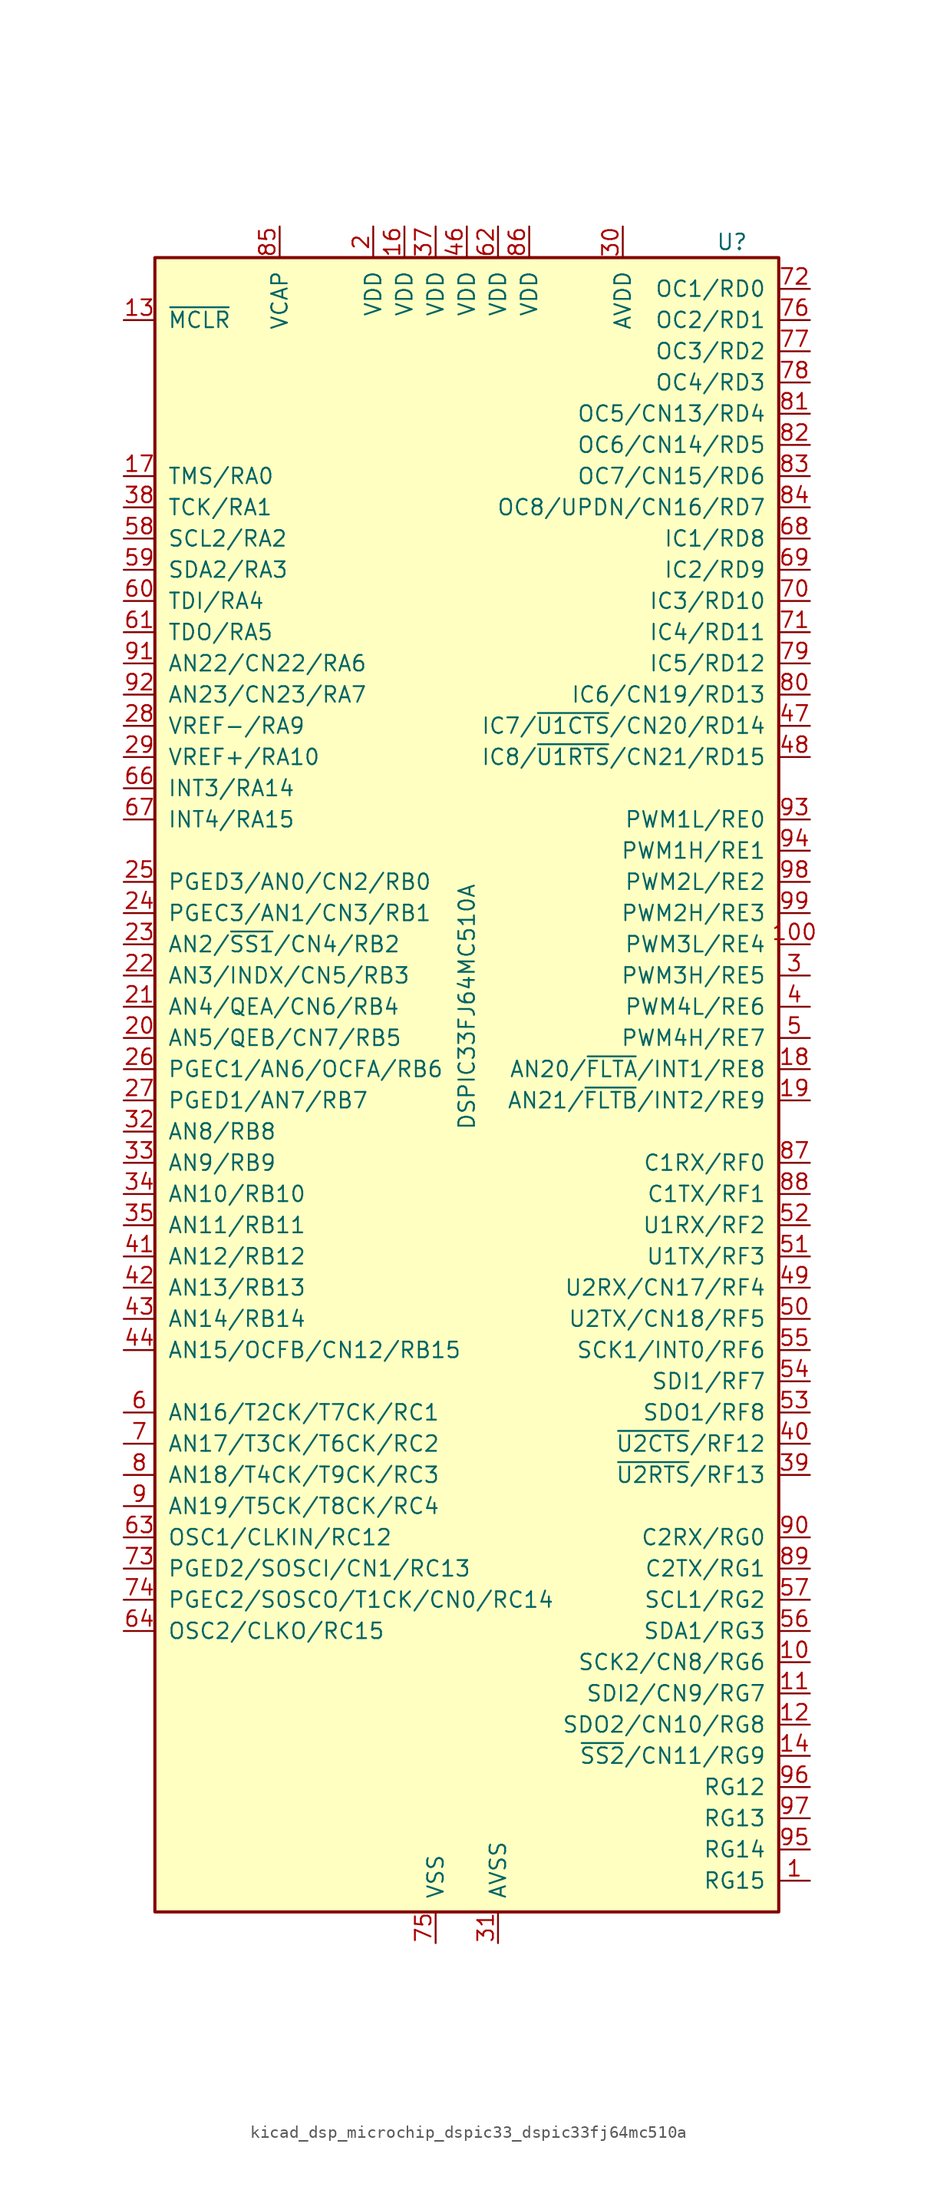
<source format=kicad_sym>
(kicad_symbol_lib
  (version 20220914)
  (generator kicad_symbol_editor)
  (symbol "kicad_dsp_microchip_dspic33_dspic33fj64mc510a"
    (pin_names
      (offset 1.016))
    (property "Reference" "U"
      (at 21.59 69.85 0)
      (effects (font (size 1.27 1.27))))
    (property "Value" "DSPIC33FJ64MC510A"
      (at 0 7.62 90)
      (effects (font (size 1.27 1.27))))
    (symbol "kicad_dsp_microchip_dspic33_dspic33fj64mc510a_0_1"
      (rectangle (start -25.4 68.58) (end 25.4 -66.04) (stroke (width 0.254) (type default)) (fill (type background))))
    (symbol "kicad_dsp_microchip_dspic33_dspic33fj64mc510a_1_1"
      (pin bidirectional line (at 27.94 -63.5 180) (length 2.54) (name "RG15" (effects (font (size 1.27 1.27)))) (number "1" (effects (font (size 1.27 1.27)))))
      (pin bidirectional line (at 27.94 -45.72 180) (length 2.54) (name "SCK2/CN8/RG6" (effects (font (size 1.27 1.27)))) (number "10" (effects (font (size 1.27 1.27)))))
      (pin bidirectional line (at 27.94 12.7 180) (length 2.54) (name "PWM3L/RE4" (effects (font (size 1.27 1.27)))) (number "100" (effects (font (size 1.27 1.27)))))
      (pin bidirectional line (at 27.94 -48.26 180) (length 2.54) (name "SDI2/CN9/RG7" (effects (font (size 1.27 1.27)))) (number "11" (effects (font (size 1.27 1.27)))))
      (pin bidirectional line (at 27.94 -50.8 180) (length 2.54) (name "SDO2/CN10/RG8" (effects (font (size 1.27 1.27)))) (number "12" (effects (font (size 1.27 1.27)))))
      (pin input line (at -27.94 63.5 0) (length 2.54) (name "~{MCLR}" (effects (font (size 1.27 1.27)))) (number "13" (effects (font (size 1.27 1.27)))))
      (pin bidirectional line (at 27.94 -53.34 180) (length 2.54) (name "~{SS2}/CN11/RG9" (effects (font (size 1.27 1.27)))) (number "14" (effects (font (size 1.27 1.27)))))
      (pin passive line (at -2.54 -68.58 90) (length 2.54) hide (name "VSS" (effects (font (size 1.27 1.27)))) (number "15" (effects (font (size 1.27 1.27)))))
      (pin power_in line (at -5.08 71.12 270) (length 2.54) (name "VDD" (effects (font (size 1.27 1.27)))) (number "16" (effects (font (size 1.27 1.27)))))
      (pin bidirectional line (at -27.94 50.8 0) (length 2.54) (name "TMS/RA0" (effects (font (size 1.27 1.27)))) (number "17" (effects (font (size 1.27 1.27)))))
      (pin bidirectional line (at 27.94 2.54 180) (length 2.54) (name "AN20/~{FLTA}/INT1/RE8" (effects (font (size 1.27 1.27)))) (number "18" (effects (font (size 1.27 1.27)))))
      (pin bidirectional line (at 27.94 0 180) (length 2.54) (name "AN21/~{FLTB}/INT2/RE9" (effects (font (size 1.27 1.27)))) (number "19" (effects (font (size 1.27 1.27)))))
      (pin power_in line (at -7.62 71.12 270) (length 2.54) (name "VDD" (effects (font (size 1.27 1.27)))) (number "2" (effects (font (size 1.27 1.27)))))
      (pin bidirectional line (at -27.94 5.08 0) (length 2.54) (name "AN5/QEB/CN7/RB5" (effects (font (size 1.27 1.27)))) (number "20" (effects (font (size 1.27 1.27)))))
      (pin bidirectional line (at -27.94 7.62 0) (length 2.54) (name "AN4/QEA/CN6/RB4" (effects (font (size 1.27 1.27)))) (number "21" (effects (font (size 1.27 1.27)))))
      (pin bidirectional line (at -27.94 10.16 0) (length 2.54) (name "AN3/INDX/CN5/RB3" (effects (font (size 1.27 1.27)))) (number "22" (effects (font (size 1.27 1.27)))))
      (pin bidirectional line (at -27.94 12.7 0) (length 2.54) (name "AN2/~{SS1}/CN4/RB2" (effects (font (size 1.27 1.27)))) (number "23" (effects (font (size 1.27 1.27)))))
      (pin bidirectional line (at -27.94 15.24 0) (length 2.54) (name "PGEC3/AN1/CN3/RB1" (effects (font (size 1.27 1.27)))) (number "24" (effects (font (size 1.27 1.27)))))
      (pin bidirectional line (at -27.94 17.78 0) (length 2.54) (name "PGED3/AN0/CN2/RB0" (effects (font (size 1.27 1.27)))) (number "25" (effects (font (size 1.27 1.27)))))
      (pin bidirectional line (at -27.94 2.54 0) (length 2.54) (name "PGEC1/AN6/OCFA/RB6" (effects (font (size 1.27 1.27)))) (number "26" (effects (font (size 1.27 1.27)))))
      (pin bidirectional line (at -27.94 0 0) (length 2.54) (name "PGED1/AN7/RB7" (effects (font (size 1.27 1.27)))) (number "27" (effects (font (size 1.27 1.27)))))
      (pin bidirectional line (at -27.94 30.48 0) (length 2.54) (name "VREF-/RA9" (effects (font (size 1.27 1.27)))) (number "28" (effects (font (size 1.27 1.27)))))
      (pin bidirectional line (at -27.94 27.94 0) (length 2.54) (name "VREF+/RA10" (effects (font (size 1.27 1.27)))) (number "29" (effects (font (size 1.27 1.27)))))
      (pin bidirectional line (at 27.94 10.16 180) (length 2.54) (name "PWM3H/RE5" (effects (font (size 1.27 1.27)))) (number "3" (effects (font (size 1.27 1.27)))))
      (pin power_in line (at 12.7 71.12 270) (length 2.54) (name "AVDD" (effects (font (size 1.27 1.27)))) (number "30" (effects (font (size 1.27 1.27)))))
      (pin power_in line (at 2.54 -68.58 90) (length 2.54) (name "AVSS" (effects (font (size 1.27 1.27)))) (number "31" (effects (font (size 1.27 1.27)))))
      (pin bidirectional line (at -27.94 -2.54 0) (length 2.54) (name "AN8/RB8" (effects (font (size 1.27 1.27)))) (number "32" (effects (font (size 1.27 1.27)))))
      (pin bidirectional line (at -27.94 -5.08 0) (length 2.54) (name "AN9/RB9" (effects (font (size 1.27 1.27)))) (number "33" (effects (font (size 1.27 1.27)))))
      (pin bidirectional line (at -27.94 -7.62 0) (length 2.54) (name "AN10/RB10" (effects (font (size 1.27 1.27)))) (number "34" (effects (font (size 1.27 1.27)))))
      (pin bidirectional line (at -27.94 -10.16 0) (length 2.54) (name "AN11/RB11" (effects (font (size 1.27 1.27)))) (number "35" (effects (font (size 1.27 1.27)))))
      (pin passive line (at -2.54 -68.58 90) (length 2.54) hide (name "VSS" (effects (font (size 1.27 1.27)))) (number "36" (effects (font (size 1.27 1.27)))))
      (pin power_in line (at -2.54 71.12 270) (length 2.54) (name "VDD" (effects (font (size 1.27 1.27)))) (number "37" (effects (font (size 1.27 1.27)))))
      (pin bidirectional line (at -27.94 48.26 0) (length 2.54) (name "TCK/RA1" (effects (font (size 1.27 1.27)))) (number "38" (effects (font (size 1.27 1.27)))))
      (pin bidirectional line (at 27.94 -30.48 180) (length 2.54) (name "~{U2RTS}/RF13" (effects (font (size 1.27 1.27)))) (number "39" (effects (font (size 1.27 1.27)))))
      (pin bidirectional line (at 27.94 7.62 180) (length 2.54) (name "PWM4L/RE6" (effects (font (size 1.27 1.27)))) (number "4" (effects (font (size 1.27 1.27)))))
      (pin bidirectional line (at 27.94 -27.94 180) (length 2.54) (name "~{U2CTS}/RF12" (effects (font (size 1.27 1.27)))) (number "40" (effects (font (size 1.27 1.27)))))
      (pin bidirectional line (at -27.94 -12.7 0) (length 2.54) (name "AN12/RB12" (effects (font (size 1.27 1.27)))) (number "41" (effects (font (size 1.27 1.27)))))
      (pin bidirectional line (at -27.94 -15.24 0) (length 2.54) (name "AN13/RB13" (effects (font (size 1.27 1.27)))) (number "42" (effects (font (size 1.27 1.27)))))
      (pin bidirectional line (at -27.94 -17.78 0) (length 2.54) (name "AN14/RB14" (effects (font (size 1.27 1.27)))) (number "43" (effects (font (size 1.27 1.27)))))
      (pin bidirectional line (at -27.94 -20.32 0) (length 2.54) (name "AN15/OCFB/CN12/RB15" (effects (font (size 1.27 1.27)))) (number "44" (effects (font (size 1.27 1.27)))))
      (pin passive line (at -2.54 -68.58 90) (length 2.54) hide (name "VSS" (effects (font (size 1.27 1.27)))) (number "45" (effects (font (size 1.27 1.27)))))
      (pin power_in line (at 0 71.12 270) (length 2.54) (name "VDD" (effects (font (size 1.27 1.27)))) (number "46" (effects (font (size 1.27 1.27)))))
      (pin bidirectional line (at 27.94 30.48 180) (length 2.54) (name "IC7/~{U1CTS}/CN20/RD14" (effects (font (size 1.27 1.27)))) (number "47" (effects (font (size 1.27 1.27)))))
      (pin bidirectional line (at 27.94 27.94 180) (length 2.54) (name "IC8/~{U1RTS}/CN21/RD15" (effects (font (size 1.27 1.27)))) (number "48" (effects (font (size 1.27 1.27)))))
      (pin bidirectional line (at 27.94 -15.24 180) (length 2.54) (name "U2RX/CN17/RF4" (effects (font (size 1.27 1.27)))) (number "49" (effects (font (size 1.27 1.27)))))
      (pin bidirectional line (at 27.94 5.08 180) (length 2.54) (name "PWM4H/RE7" (effects (font (size 1.27 1.27)))) (number "5" (effects (font (size 1.27 1.27)))))
      (pin bidirectional line (at 27.94 -17.78 180) (length 2.54) (name "U2TX/CN18/RF5" (effects (font (size 1.27 1.27)))) (number "50" (effects (font (size 1.27 1.27)))))
      (pin bidirectional line (at 27.94 -12.7 180) (length 2.54) (name "U1TX/RF3" (effects (font (size 1.27 1.27)))) (number "51" (effects (font (size 1.27 1.27)))))
      (pin bidirectional line (at 27.94 -10.16 180) (length 2.54) (name "U1RX/RF2" (effects (font (size 1.27 1.27)))) (number "52" (effects (font (size 1.27 1.27)))))
      (pin bidirectional line (at 27.94 -25.4 180) (length 2.54) (name "SDO1/RF8" (effects (font (size 1.27 1.27)))) (number "53" (effects (font (size 1.27 1.27)))))
      (pin bidirectional line (at 27.94 -22.86 180) (length 2.54) (name "SDI1/RF7" (effects (font (size 1.27 1.27)))) (number "54" (effects (font (size 1.27 1.27)))))
      (pin bidirectional line (at 27.94 -20.32 180) (length 2.54) (name "SCK1/INT0/RF6" (effects (font (size 1.27 1.27)))) (number "55" (effects (font (size 1.27 1.27)))))
      (pin bidirectional line (at 27.94 -43.18 180) (length 2.54) (name "SDA1/RG3" (effects (font (size 1.27 1.27)))) (number "56" (effects (font (size 1.27 1.27)))))
      (pin bidirectional line (at 27.94 -40.64 180) (length 2.54) (name "SCL1/RG2" (effects (font (size 1.27 1.27)))) (number "57" (effects (font (size 1.27 1.27)))))
      (pin bidirectional line (at -27.94 45.72 0) (length 2.54) (name "SCL2/RA2" (effects (font (size 1.27 1.27)))) (number "58" (effects (font (size 1.27 1.27)))))
      (pin bidirectional line (at -27.94 43.18 0) (length 2.54) (name "SDA2/RA3" (effects (font (size 1.27 1.27)))) (number "59" (effects (font (size 1.27 1.27)))))
      (pin bidirectional line (at -27.94 -25.4 0) (length 2.54) (name "AN16/T2CK/T7CK/RC1" (effects (font (size 1.27 1.27)))) (number "6" (effects (font (size 1.27 1.27)))))
      (pin bidirectional line (at -27.94 40.64 0) (length 2.54) (name "TDI/RA4" (effects (font (size 1.27 1.27)))) (number "60" (effects (font (size 1.27 1.27)))))
      (pin bidirectional line (at -27.94 38.1 0) (length 2.54) (name "TDO/RA5" (effects (font (size 1.27 1.27)))) (number "61" (effects (font (size 1.27 1.27)))))
      (pin power_in line (at 2.54 71.12 270) (length 2.54) (name "VDD" (effects (font (size 1.27 1.27)))) (number "62" (effects (font (size 1.27 1.27)))))
      (pin bidirectional line (at -27.94 -35.56 0) (length 2.54) (name "OSC1/CLKIN/RC12" (effects (font (size 1.27 1.27)))) (number "63" (effects (font (size 1.27 1.27)))))
      (pin bidirectional line (at -27.94 -43.18 0) (length 2.54) (name "OSC2/CLKO/RC15" (effects (font (size 1.27 1.27)))) (number "64" (effects (font (size 1.27 1.27)))))
      (pin passive line (at -2.54 -68.58 90) (length 2.54) hide (name "VSS" (effects (font (size 1.27 1.27)))) (number "65" (effects (font (size 1.27 1.27)))))
      (pin bidirectional line (at -27.94 25.4 0) (length 2.54) (name "INT3/RA14" (effects (font (size 1.27 1.27)))) (number "66" (effects (font (size 1.27 1.27)))))
      (pin bidirectional line (at -27.94 22.86 0) (length 2.54) (name "INT4/RA15" (effects (font (size 1.27 1.27)))) (number "67" (effects (font (size 1.27 1.27)))))
      (pin bidirectional line (at 27.94 45.72 180) (length 2.54) (name "IC1/RD8" (effects (font (size 1.27 1.27)))) (number "68" (effects (font (size 1.27 1.27)))))
      (pin bidirectional line (at 27.94 43.18 180) (length 2.54) (name "IC2/RD9" (effects (font (size 1.27 1.27)))) (number "69" (effects (font (size 1.27 1.27)))))
      (pin bidirectional line (at -27.94 -27.94 0) (length 2.54) (name "AN17/T3CK/T6CK/RC2" (effects (font (size 1.27 1.27)))) (number "7" (effects (font (size 1.27 1.27)))))
      (pin bidirectional line (at 27.94 40.64 180) (length 2.54) (name "IC3/RD10" (effects (font (size 1.27 1.27)))) (number "70" (effects (font (size 1.27 1.27)))))
      (pin bidirectional line (at 27.94 38.1 180) (length 2.54) (name "IC4/RD11" (effects (font (size 1.27 1.27)))) (number "71" (effects (font (size 1.27 1.27)))))
      (pin bidirectional line (at 27.94 66.04 180) (length 2.54) (name "OC1/RD0" (effects (font (size 1.27 1.27)))) (number "72" (effects (font (size 1.27 1.27)))))
      (pin bidirectional line (at -27.94 -38.1 0) (length 2.54) (name "PGED2/SOSCI/CN1/RC13" (effects (font (size 1.27 1.27)))) (number "73" (effects (font (size 1.27 1.27)))))
      (pin bidirectional line (at -27.94 -40.64 0) (length 2.54) (name "PGEC2/SOSCO/T1CK/CN0/RC14" (effects (font (size 1.27 1.27)))) (number "74" (effects (font (size 1.27 1.27)))))
      (pin power_in line (at -2.54 -68.58 90) (length 2.54) (name "VSS" (effects (font (size 1.27 1.27)))) (number "75" (effects (font (size 1.27 1.27)))))
      (pin bidirectional line (at 27.94 63.5 180) (length 2.54) (name "OC2/RD1" (effects (font (size 1.27 1.27)))) (number "76" (effects (font (size 1.27 1.27)))))
      (pin bidirectional line (at 27.94 60.96 180) (length 2.54) (name "OC3/RD2" (effects (font (size 1.27 1.27)))) (number "77" (effects (font (size 1.27 1.27)))))
      (pin bidirectional line (at 27.94 58.42 180) (length 2.54) (name "OC4/RD3" (effects (font (size 1.27 1.27)))) (number "78" (effects (font (size 1.27 1.27)))))
      (pin bidirectional line (at 27.94 35.56 180) (length 2.54) (name "IC5/RD12" (effects (font (size 1.27 1.27)))) (number "79" (effects (font (size 1.27 1.27)))))
      (pin bidirectional line (at -27.94 -30.48 0) (length 2.54) (name "AN18/T4CK/T9CK/RC3" (effects (font (size 1.27 1.27)))) (number "8" (effects (font (size 1.27 1.27)))))
      (pin bidirectional line (at 27.94 33.02 180) (length 2.54) (name "IC6/CN19/RD13" (effects (font (size 1.27 1.27)))) (number "80" (effects (font (size 1.27 1.27)))))
      (pin bidirectional line (at 27.94 55.88 180) (length 2.54) (name "OC5/CN13/RD4" (effects (font (size 1.27 1.27)))) (number "81" (effects (font (size 1.27 1.27)))))
      (pin bidirectional line (at 27.94 53.34 180) (length 2.54) (name "OC6/CN14/RD5" (effects (font (size 1.27 1.27)))) (number "82" (effects (font (size 1.27 1.27)))))
      (pin bidirectional line (at 27.94 50.8 180) (length 2.54) (name "OC7/CN15/RD6" (effects (font (size 1.27 1.27)))) (number "83" (effects (font (size 1.27 1.27)))))
      (pin bidirectional line (at 27.94 48.26 180) (length 2.54) (name "OC8/UPDN/CN16/RD7" (effects (font (size 1.27 1.27)))) (number "84" (effects (font (size 1.27 1.27)))))
      (pin passive line (at -15.24 71.12 270) (length 2.54) (name "VCAP" (effects (font (size 1.27 1.27)))) (number "85" (effects (font (size 1.27 1.27)))))
      (pin power_in line (at 5.08 71.12 270) (length 2.54) (name "VDD" (effects (font (size 1.27 1.27)))) (number "86" (effects (font (size 1.27 1.27)))))
      (pin bidirectional line (at 27.94 -5.08 180) (length 2.54) (name "C1RX/RF0" (effects (font (size 1.27 1.27)))) (number "87" (effects (font (size 1.27 1.27)))))
      (pin bidirectional line (at 27.94 -7.62 180) (length 2.54) (name "C1TX/RF1" (effects (font (size 1.27 1.27)))) (number "88" (effects (font (size 1.27 1.27)))))
      (pin bidirectional line (at 27.94 -38.1 180) (length 2.54) (name "C2TX/RG1" (effects (font (size 1.27 1.27)))) (number "89" (effects (font (size 1.27 1.27)))))
      (pin bidirectional line (at -27.94 -33.02 0) (length 2.54) (name "AN19/T5CK/T8CK/RC4" (effects (font (size 1.27 1.27)))) (number "9" (effects (font (size 1.27 1.27)))))
      (pin bidirectional line (at 27.94 -35.56 180) (length 2.54) (name "C2RX/RG0" (effects (font (size 1.27 1.27)))) (number "90" (effects (font (size 1.27 1.27)))))
      (pin bidirectional line (at -27.94 35.56 0) (length 2.54) (name "AN22/CN22/RA6" (effects (font (size 1.27 1.27)))) (number "91" (effects (font (size 1.27 1.27)))))
      (pin bidirectional line (at -27.94 33.02 0) (length 2.54) (name "AN23/CN23/RA7" (effects (font (size 1.27 1.27)))) (number "92" (effects (font (size 1.27 1.27)))))
      (pin bidirectional line (at 27.94 22.86 180) (length 2.54) (name "PWM1L/RE0" (effects (font (size 1.27 1.27)))) (number "93" (effects (font (size 1.27 1.27)))))
      (pin bidirectional line (at 27.94 20.32 180) (length 2.54) (name "PWM1H/RE1" (effects (font (size 1.27 1.27)))) (number "94" (effects (font (size 1.27 1.27)))))
      (pin bidirectional line (at 27.94 -60.96 180) (length 2.54) (name "RG14" (effects (font (size 1.27 1.27)))) (number "95" (effects (font (size 1.27 1.27)))))
      (pin bidirectional line (at 27.94 -55.88 180) (length 2.54) (name "RG12" (effects (font (size 1.27 1.27)))) (number "96" (effects (font (size 1.27 1.27)))))
      (pin bidirectional line (at 27.94 -58.42 180) (length 2.54) (name "RG13" (effects (font (size 1.27 1.27)))) (number "97" (effects (font (size 1.27 1.27)))))
      (pin bidirectional line (at 27.94 17.78 180) (length 2.54) (name "PWM2L/RE2" (effects (font (size 1.27 1.27)))) (number "98" (effects (font (size 1.27 1.27)))))
      (pin bidirectional line (at 27.94 15.24 180) (length 2.54) (name "PWM2H/RE3" (effects (font (size 1.27 1.27)))) (number "99" (effects (font (size 1.27 1.27))))))))
</source>
